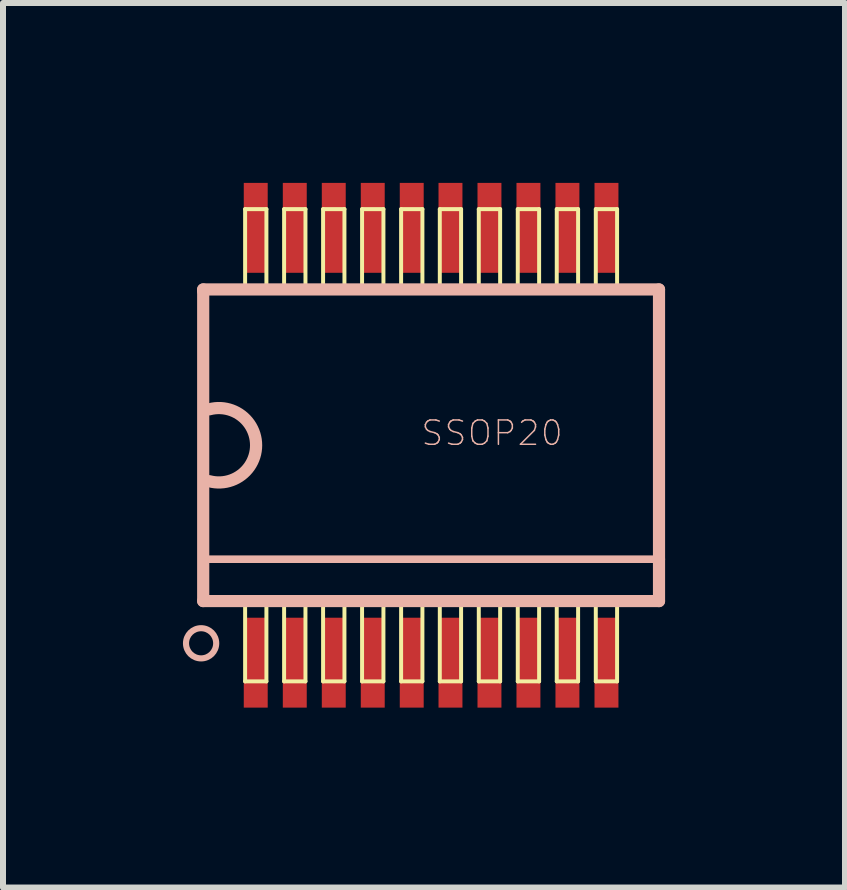
<source format=kicad_pcb>
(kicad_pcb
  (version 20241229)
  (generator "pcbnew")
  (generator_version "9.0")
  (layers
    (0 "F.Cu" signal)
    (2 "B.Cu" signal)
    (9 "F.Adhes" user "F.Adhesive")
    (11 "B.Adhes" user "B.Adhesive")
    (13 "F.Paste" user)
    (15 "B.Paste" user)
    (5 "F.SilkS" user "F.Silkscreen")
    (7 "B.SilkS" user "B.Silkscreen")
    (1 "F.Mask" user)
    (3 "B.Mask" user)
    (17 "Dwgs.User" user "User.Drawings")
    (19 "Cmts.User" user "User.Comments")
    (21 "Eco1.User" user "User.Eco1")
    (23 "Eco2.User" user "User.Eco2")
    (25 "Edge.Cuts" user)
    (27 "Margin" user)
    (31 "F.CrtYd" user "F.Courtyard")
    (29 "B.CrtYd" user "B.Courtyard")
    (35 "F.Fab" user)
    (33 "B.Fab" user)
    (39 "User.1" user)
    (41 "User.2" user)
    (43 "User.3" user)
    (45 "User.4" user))
  (footprint "SSOP20"
    (layer "F.Cu")
    (at 4.138 4.374)
    (property "Reference" "SSOP20" (at 1.016 -0.203 0) (layer "B.SilkS") (effects (font (size 0.406 0.406) (thickness 0.025))))
    (attr smd)
    (fp_line (start -3.101 -3.937) (end -2.746 -3.937) (stroke (width 0.066) (type solid)) (layer "F.SilkS"))
    (fp_line (start -3.101 -2.642) (end -3.101 -3.937) (stroke (width 0.066) (type solid)) (layer "F.SilkS"))
    (fp_line (start -3.101 -2.642) (end -2.746 -2.642) (stroke (width 0.066) (type solid)) (layer "F.SilkS"))
    (fp_line (start -3.101 2.642) (end -2.746 2.642) (stroke (width 0.066) (type solid)) (layer "F.SilkS"))
    (fp_line (start -3.101 3.937) (end -3.101 2.642) (stroke (width 0.066) (type solid)) (layer "F.SilkS"))
    (fp_line (start -3.101 3.937) (end -2.746 3.937) (stroke (width 0.066) (type solid)) (layer "F.SilkS"))
    (fp_line (start -2.746 -2.642) (end -2.746 -3.937) (stroke (width 0.066) (type solid)) (layer "F.SilkS"))
    (fp_line (start -2.746 3.937) (end -2.746 2.642) (stroke (width 0.066) (type solid)) (layer "F.SilkS"))
    (fp_line (start -2.451 -3.937) (end -2.095 -3.937) (stroke (width 0.066) (type solid)) (layer "F.SilkS"))
    (fp_line (start -2.451 -2.642) (end -2.451 -3.937) (stroke (width 0.066) (type solid)) (layer "F.SilkS"))
    (fp_line (start -2.451 -2.642) (end -2.095 -2.642) (stroke (width 0.066) (type solid)) (layer "F.SilkS"))
    (fp_line (start -2.451 2.642) (end -2.095 2.642) (stroke (width 0.066) (type solid)) (layer "F.SilkS"))
    (fp_line (start -2.451 3.937) (end -2.451 2.642) (stroke (width 0.066) (type solid)) (layer "F.SilkS"))
    (fp_line (start -2.451 3.937) (end -2.095 3.937) (stroke (width 0.066) (type solid)) (layer "F.SilkS"))
    (fp_line (start -2.095 -2.642) (end -2.095 -3.937) (stroke (width 0.066) (type solid)) (layer "F.SilkS"))
    (fp_line (start -2.095 3.937) (end -2.095 2.642) (stroke (width 0.066) (type solid)) (layer "F.SilkS"))
    (fp_line (start -1.801 -3.937) (end -1.445 -3.937) (stroke (width 0.066) (type solid)) (layer "F.SilkS"))
    (fp_line (start -1.801 -2.642) (end -1.801 -3.937) (stroke (width 0.066) (type solid)) (layer "F.SilkS"))
    (fp_line (start -1.801 -2.642) (end -1.445 -2.642) (stroke (width 0.066) (type solid)) (layer "F.SilkS"))
    (fp_line (start -1.801 2.642) (end -1.445 2.642) (stroke (width 0.066) (type solid)) (layer "F.SilkS"))
    (fp_line (start -1.801 3.937) (end -1.801 2.642) (stroke (width 0.066) (type solid)) (layer "F.SilkS"))
    (fp_line (start -1.801 3.937) (end -1.445 3.937) (stroke (width 0.066) (type solid)) (layer "F.SilkS"))
    (fp_line (start -1.445 -2.642) (end -1.445 -3.937) (stroke (width 0.066) (type solid)) (layer "F.SilkS"))
    (fp_line (start -1.445 3.937) (end -1.445 2.642) (stroke (width 0.066) (type solid)) (layer "F.SilkS"))
    (fp_line (start -1.151 -3.937) (end -0.795 -3.937) (stroke (width 0.066) (type solid)) (layer "F.SilkS"))
    (fp_line (start -1.151 -2.642) (end -1.151 -3.937) (stroke (width 0.066) (type solid)) (layer "F.SilkS"))
    (fp_line (start -1.151 -2.642) (end -0.795 -2.642) (stroke (width 0.066) (type solid)) (layer "F.SilkS"))
    (fp_line (start -1.151 2.642) (end -0.795 2.642) (stroke (width 0.066) (type solid)) (layer "F.SilkS"))
    (fp_line (start -1.151 3.937) (end -1.151 2.642) (stroke (width 0.066) (type solid)) (layer "F.SilkS"))
    (fp_line (start -1.151 3.937) (end -0.795 3.937) (stroke (width 0.066) (type solid)) (layer "F.SilkS"))
    (fp_line (start -0.795 -2.642) (end -0.795 -3.937) (stroke (width 0.066) (type solid)) (layer "F.SilkS"))
    (fp_line (start -0.795 3.937) (end -0.795 2.642) (stroke (width 0.066) (type solid)) (layer "F.SilkS"))
    (fp_line (start -0.5 -3.937) (end -0.145 -3.937) (stroke (width 0.066) (type solid)) (layer "F.SilkS"))
    (fp_line (start -0.5 -2.642) (end -0.5 -3.937) (stroke (width 0.066) (type solid)) (layer "F.SilkS"))
    (fp_line (start -0.5 -2.642) (end -0.145 -2.642) (stroke (width 0.066) (type solid)) (layer "F.SilkS"))
    (fp_line (start -0.5 2.642) (end -0.145 2.642) (stroke (width 0.066) (type solid)) (layer "F.SilkS"))
    (fp_line (start -0.5 3.937) (end -0.5 2.642) (stroke (width 0.066) (type solid)) (layer "F.SilkS"))
    (fp_line (start -0.5 3.937) (end -0.145 3.937) (stroke (width 0.066) (type solid)) (layer "F.SilkS"))
    (fp_line (start -0.145 -2.642) (end -0.145 -3.937) (stroke (width 0.066) (type solid)) (layer "F.SilkS"))
    (fp_line (start -0.145 3.937) (end -0.145 2.642) (stroke (width 0.066) (type solid)) (layer "F.SilkS"))
    (fp_line (start 0.145 -3.937) (end 0.5 -3.937) (stroke (width 0.066) (type solid)) (layer "F.SilkS"))
    (fp_line (start 0.145 -2.642) (end 0.145 -3.937) (stroke (width 0.066) (type solid)) (layer "F.SilkS"))
    (fp_line (start 0.145 -2.642) (end 0.5 -2.642) (stroke (width 0.066) (type solid)) (layer "F.SilkS"))
    (fp_line (start 0.145 2.642) (end 0.5 2.642) (stroke (width 0.066) (type solid)) (layer "F.SilkS"))
    (fp_line (start 0.145 3.937) (end 0.145 2.642) (stroke (width 0.066) (type solid)) (layer "F.SilkS"))
    (fp_line (start 0.145 3.937) (end 0.5 3.937) (stroke (width 0.066) (type solid)) (layer "F.SilkS"))
    (fp_line (start 0.5 -2.642) (end 0.5 -3.937) (stroke (width 0.066) (type solid)) (layer "F.SilkS"))
    (fp_line (start 0.5 3.937) (end 0.5 2.642) (stroke (width 0.066) (type solid)) (layer "F.SilkS"))
    (fp_line (start 0.795 -3.937) (end 1.151 -3.937) (stroke (width 0.066) (type solid)) (layer "F.SilkS"))
    (fp_line (start 0.795 -2.642) (end 0.795 -3.937) (stroke (width 0.066) (type solid)) (layer "F.SilkS"))
    (fp_line (start 0.795 -2.642) (end 1.151 -2.642) (stroke (width 0.066) (type solid)) (layer "F.SilkS"))
    (fp_line (start 0.795 2.642) (end 1.151 2.642) (stroke (width 0.066) (type solid)) (layer "F.SilkS"))
    (fp_line (start 0.795 3.937) (end 0.795 2.642) (stroke (width 0.066) (type solid)) (layer "F.SilkS"))
    (fp_line (start 0.795 3.937) (end 1.151 3.937) (stroke (width 0.066) (type solid)) (layer "F.SilkS"))
    (fp_line (start 1.151 -2.642) (end 1.151 -3.937) (stroke (width 0.066) (type solid)) (layer "F.SilkS"))
    (fp_line (start 1.151 3.937) (end 1.151 2.642) (stroke (width 0.066) (type solid)) (layer "F.SilkS"))
    (fp_line (start 1.445 -3.937) (end 1.801 -3.937) (stroke (width 0.066) (type solid)) (layer "F.SilkS"))
    (fp_line (start 1.445 -2.642) (end 1.445 -3.937) (stroke (width 0.066) (type solid)) (layer "F.SilkS"))
    (fp_line (start 1.445 -2.642) (end 1.801 -2.642) (stroke (width 0.066) (type solid)) (layer "F.SilkS"))
    (fp_line (start 1.445 2.642) (end 1.801 2.642) (stroke (width 0.066) (type solid)) (layer "F.SilkS"))
    (fp_line (start 1.445 3.937) (end 1.445 2.642) (stroke (width 0.066) (type solid)) (layer "F.SilkS"))
    (fp_line (start 1.445 3.937) (end 1.801 3.937) (stroke (width 0.066) (type solid)) (layer "F.SilkS"))
    (fp_line (start 1.801 -2.642) (end 1.801 -3.937) (stroke (width 0.066) (type solid)) (layer "F.SilkS"))
    (fp_line (start 1.801 3.937) (end 1.801 2.642) (stroke (width 0.066) (type solid)) (layer "F.SilkS"))
    (fp_line (start 2.095 -3.937) (end 2.451 -3.937) (stroke (width 0.066) (type solid)) (layer "F.SilkS"))
    (fp_line (start 2.095 -2.642) (end 2.095 -3.937) (stroke (width 0.066) (type solid)) (layer "F.SilkS"))
    (fp_line (start 2.095 -2.642) (end 2.451 -2.642) (stroke (width 0.066) (type solid)) (layer "F.SilkS"))
    (fp_line (start 2.095 2.642) (end 2.451 2.642) (stroke (width 0.066) (type solid)) (layer "F.SilkS"))
    (fp_line (start 2.095 3.937) (end 2.095 2.642) (stroke (width 0.066) (type solid)) (layer "F.SilkS"))
    (fp_line (start 2.095 3.937) (end 2.451 3.937) (stroke (width 0.066) (type solid)) (layer "F.SilkS"))
    (fp_line (start 2.451 -2.642) (end 2.451 -3.937) (stroke (width 0.066) (type solid)) (layer "F.SilkS"))
    (fp_line (start 2.451 3.937) (end 2.451 2.642) (stroke (width 0.066) (type solid)) (layer "F.SilkS"))
    (fp_line (start 2.746 -3.937) (end 3.101 -3.937) (stroke (width 0.066) (type solid)) (layer "F.SilkS"))
    (fp_line (start 2.746 -2.642) (end 2.746 -3.937) (stroke (width 0.066) (type solid)) (layer "F.SilkS"))
    (fp_line (start 2.746 -2.642) (end 3.101 -2.642) (stroke (width 0.066) (type solid)) (layer "F.SilkS"))
    (fp_line (start 2.746 2.642) (end 3.101 2.642) (stroke (width 0.066) (type solid)) (layer "F.SilkS"))
    (fp_line (start 2.746 3.937) (end 2.746 2.642) (stroke (width 0.066) (type solid)) (layer "F.SilkS"))
    (fp_line (start 2.746 3.937) (end 3.101 3.937) (stroke (width 0.066) (type solid)) (layer "F.SilkS"))
    (fp_line (start 3.101 -2.642) (end 3.101 -3.937) (stroke (width 0.066) (type solid)) (layer "F.SilkS"))
    (fp_line (start 3.101 3.937) (end 3.101 2.642) (stroke (width 0.066) (type solid)) (layer "F.SilkS"))
    (fp_line (start -3.823 -2.573) (end -3.8 -2.573) (stroke (width 0.127) (type solid)) (layer "B.SilkS"))
    (fp_line (start -3.8 -2.598) (end -3.8 -2.573) (stroke (width 0.203) (type solid)) (layer "B.SilkS"))
    (fp_line (start -3.8 -2.573) (end -3.8 2.598) (stroke (width 0.203) (type solid)) (layer "B.SilkS"))
    (fp_line (start -3.8 2.598) (end 3.8 2.598) (stroke (width 0.203) (type solid)) (layer "B.SilkS"))
    (fp_line (start -3.698 1.9) (end 3.8 1.9) (stroke (width 0.127) (type solid)) (layer "B.SilkS"))
    (fp_line (start 3.8 -2.598) (end -3.8 -2.598) (stroke (width 0.203) (type solid)) (layer "B.SilkS"))
    (fp_line (start 3.8 1.9) (end 3.8 -2.598) (stroke (width 0.203) (type solid)) (layer "B.SilkS"))
    (fp_line (start 3.8 2.598) (end 3.8 1.9) (stroke (width 0.203) (type solid)) (layer "B.SilkS"))
    (fp_arc (start -3.69824 -0.59944) (mid -2.917789 0.000579) (end -3.699359 0.59914) (stroke (width 0.2032) (type solid)) (layer "B.SilkS"))
    (fp_circle (center -3.835 3.302) (end -4.013 3.48) (stroke (width 0.102) (type solid)) (fill no) (layer "B.SilkS"))
    (pad "1" smd rect (at -2.924 3.625) (size 0.399 1.499) (layers "F.Cu" "F.Mask" "F.Paste"))
    (pad "2" smd rect (at -2.273 3.625) (size 0.399 1.499) (layers "F.Cu" "F.Mask" "F.Paste"))
    (pad "3" smd rect (at -1.623 3.625) (size 0.399 1.499) (layers "F.Cu" "F.Mask" "F.Paste"))
    (pad "4" smd rect (at -0.973 3.625) (size 0.399 1.499) (layers "F.Cu" "F.Mask" "F.Paste"))
    (pad "5" smd rect (at -0.323 3.625) (size 0.399 1.499) (layers "F.Cu" "F.Mask" "F.Paste"))
    (pad "6" smd rect (at 0.323 3.625) (size 0.399 1.499) (layers "F.Cu" "F.Mask" "F.Paste"))
    (pad "7" smd rect (at 0.973 3.625) (size 0.399 1.499) (layers "F.Cu" "F.Mask" "F.Paste"))
    (pad "8" smd rect (at 1.623 3.625) (size 0.399 1.499) (layers "F.Cu" "F.Mask" "F.Paste"))
    (pad "9" smd rect (at 2.273 3.625) (size 0.399 1.499) (layers "F.Cu" "F.Mask" "F.Paste"))
    (pad "10" smd rect (at 2.924 3.625) (size 0.399 1.499) (layers "F.Cu" "F.Mask" "F.Paste"))
    (pad "11" smd rect (at 2.924 -3.625) (size 0.399 1.499) (layers "F.Cu" "F.Mask" "F.Paste"))
    (pad "12" smd rect (at 2.273 -3.625) (size 0.399 1.499) (layers "F.Cu" "F.Mask" "F.Paste"))
    (pad "13" smd rect (at 1.623 -3.625) (size 0.399 1.499) (layers "F.Cu" "F.Mask" "F.Paste"))
    (pad "14" smd rect (at 0.973 -3.625) (size 0.399 1.499) (layers "F.Cu" "F.Mask" "F.Paste"))
    (pad "15" smd rect (at 0.323 -3.625) (size 0.399 1.499) (layers "F.Cu" "F.Mask" "F.Paste"))
    (pad "16" smd rect (at -0.323 -3.625) (size 0.399 1.499) (layers "F.Cu" "F.Mask" "F.Paste"))
    (pad "17" smd rect (at -0.973 -3.625) (size 0.399 1.499) (layers "F.Cu" "F.Mask" "F.Paste"))
    (pad "18" smd rect (at -1.623 -3.625) (size 0.399 1.499) (layers "F.Cu" "F.Mask" "F.Paste"))
    (pad "19" smd rect (at -2.273 -3.625) (size 0.399 1.499) (layers "F.Cu" "F.Mask" "F.Paste"))
    (pad "20" smd rect (at -2.924 -3.625) (size 0.399 1.499) (layers "F.Cu" "F.Mask" "F.Paste")))
  (gr_rect
    (start -3 -3)
    (end 11.039 11.748)
    (stroke (width 0.1) (type default))
    (fill no)
    (layer "Edge.Cuts")))
</source>
